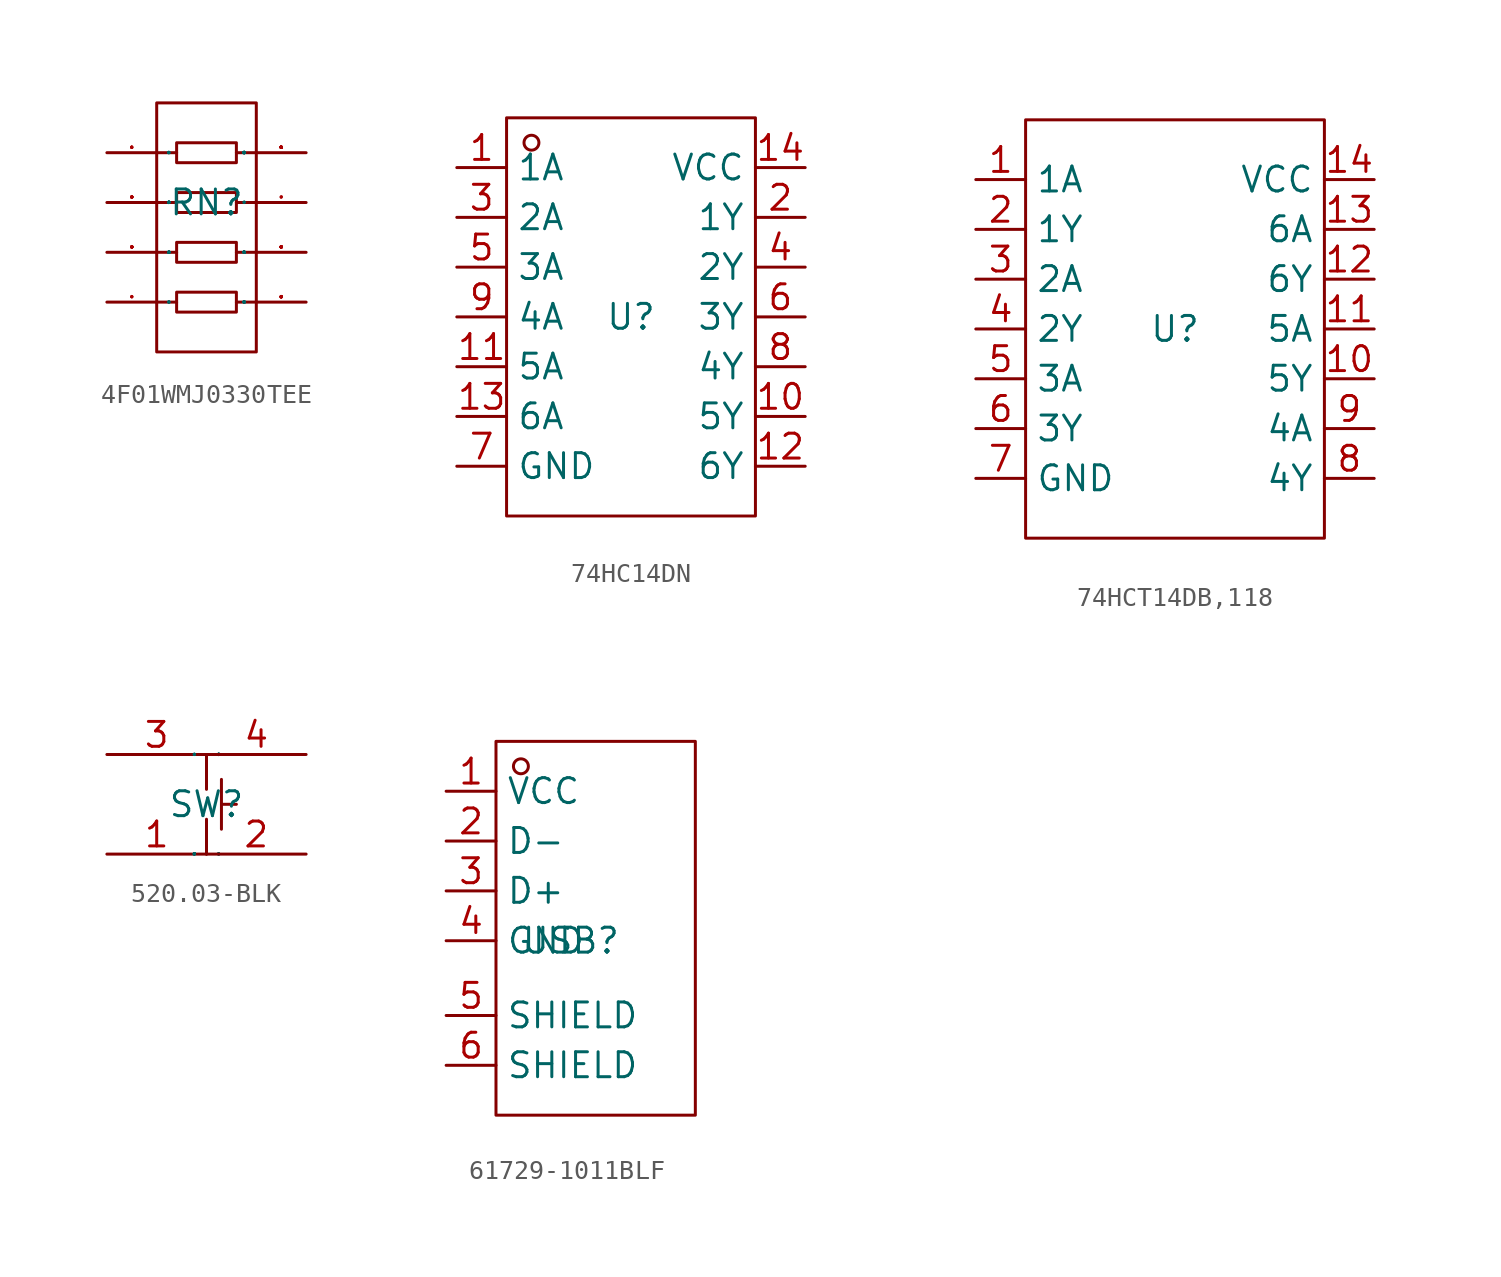
<source format=kicad_sym>
(kicad_symbol_lib
  (version 20241209)
  (generator "kicad_symbol_editor")
  (generator_version "9.0")
  (symbol "4F01WMJ0330TEE"
    (property "Reference" "RN"
      (at 0 0 0)
      (effects (font (size 1.27 1.27))))
    (symbol "4F01WMJ0330TEE_1_0"
      (rectangle (start -2.54 5.08) (end 2.54 -7.62) (stroke (width 0) (type default)) (fill (type none)))
      (polyline (pts (xy -2.54 0) (xy -1.524 0)) (stroke (width 0) (type default)) (fill (type none)))
      (polyline (pts (xy -2.54 -2.54) (xy -1.524 -2.54)) (stroke (width 0) (type default)) (fill (type none)))
      (polyline (pts (xy -2.54 -5.08) (xy -1.524 -5.08)) (stroke (width 0) (type default)) (fill (type none)))
      (rectangle (start -1.524 3.048) (end 1.524 2.032) (stroke (width 0) (type default)) (fill (type none)))
      (polyline (pts (xy -1.524 2.54) (xy -2.54 2.54)) (stroke (width 0) (type default)) (fill (type none)))
      (rectangle (start -1.524 0.508) (end 1.524 -0.508) (stroke (width 0) (type default)) (fill (type none)))
      (rectangle (start -1.524 -2.032) (end 1.524 -3.048) (stroke (width 0) (type default)) (fill (type none)))
      (rectangle (start -1.524 -4.572) (end 1.524 -5.588) (stroke (width 0) (type default)) (fill (type none)))
      (polyline (pts (xy 1.524 2.54) (xy 2.54 2.54)) (stroke (width 0) (type default)) (fill (type none)))
      (polyline (pts (xy 1.524 0) (xy 2.54 0)) (stroke (width 0) (type default)) (fill (type none)))
      (polyline (pts (xy 1.524 -2.54) (xy 2.54 -2.54)) (stroke (width 0) (type default)) (fill (type none)))
      (polyline (pts (xy 1.524 -5.08) (xy 2.54 -5.08)) (stroke (width 0) (type default)) (fill (type none)))
      (pin unspecified line (at -5.08 2.54 0) (length 2.54) (name "1" (effects (font (size 0.025 0.025)))) (number "1" (effects (font (size 0.025 0.025)))))
      (pin unspecified line (at -5.08 0 0) (length 2.54) (name "2" (effects (font (size 0.025 0.025)))) (number "2" (effects (font (size 0.025 0.025)))))
      (pin unspecified line (at -5.08 -2.54 0) (length 2.54) (name "3" (effects (font (size 0.025 0.025)))) (number "3" (effects (font (size 0.025 0.025)))))
      (pin unspecified line (at -5.08 -5.08 0) (length 2.54) (name "4" (effects (font (size 0.025 0.025)))) (number "4" (effects (font (size 0.025 0.025)))))
      (pin unspecified line (at 5.08 2.54 180) (length 2.54) (name "8" (effects (font (size 0.025 0.025)))) (number "8" (effects (font (size 0.025 0.025)))))
      (pin unspecified line (at 5.08 0 180) (length 2.54) (name "7" (effects (font (size 0.025 0.025)))) (number "7" (effects (font (size 0.025 0.025)))))
      (pin unspecified line (at 5.08 -2.54 180) (length 2.54) (name "6" (effects (font (size 0.025 0.025)))) (number "6" (effects (font (size 0.025 0.025)))))
      (pin unspecified line (at 5.08 -5.08 180) (length 2.54) (name "5" (effects (font (size 0.025 0.025)))) (number "5" (effects (font (size 0.025 0.025)))))))
  (symbol "74HC14DN"
    (property "Reference" "U"
      (at 0 0 0)
      (effects (font (size 1.27 1.27))))
    (property "Value" ""
      (at 0 0 0)
      (effects (font (size 1.27 1.27))))
    (symbol "74HC14DN_1_0"
      (rectangle (start -6.35 -10.16) (end 6.35 10.16) (stroke (width 0) (type default)) (fill (type none)))
      (circle (center -5.08 8.89) (radius 0.381) (stroke (width 0) (type default)) (fill (type none)))
      (pin unspecified line (at -8.89 7.62 0) (length 2.54) (name "1A" (effects (font (size 1.27 1.27)))) (number "1" (effects (font (size 1.27 1.27)))))
      (pin unspecified line (at -8.89 5.08 0) (length 2.54) (name "2A" (effects (font (size 1.27 1.27)))) (number "3" (effects (font (size 1.27 1.27)))))
      (pin unspecified line (at -8.89 2.54 0) (length 2.54) (name "3A" (effects (font (size 1.27 1.27)))) (number "5" (effects (font (size 1.27 1.27)))))
      (pin unspecified line (at -8.89 0 0) (length 2.54) (name "4A" (effects (font (size 1.27 1.27)))) (number "9" (effects (font (size 1.27 1.27)))))
      (pin unspecified line (at -8.89 -2.54 0) (length 2.54) (name "5A" (effects (font (size 1.27 1.27)))) (number "11" (effects (font (size 1.27 1.27)))))
      (pin unspecified line (at -8.89 -5.08 0) (length 2.54) (name "6A" (effects (font (size 1.27 1.27)))) (number "13" (effects (font (size 1.27 1.27)))))
      (pin unspecified line (at -8.89 -7.62 0) (length 2.54) (name "GND" (effects (font (size 1.27 1.27)))) (number "7" (effects (font (size 1.27 1.27)))))
      (pin unspecified line (at 8.89 7.62 180) (length 2.54) (name "VCC" (effects (font (size 1.27 1.27)))) (number "14" (effects (font (size 1.27 1.27)))))
      (pin unspecified line (at 8.89 5.08 180) (length 2.54) (name "1Y" (effects (font (size 1.27 1.27)))) (number "2" (effects (font (size 1.27 1.27)))))
      (pin unspecified line (at 8.89 2.54 180) (length 2.54) (name "2Y" (effects (font (size 1.27 1.27)))) (number "4" (effects (font (size 1.27 1.27)))))
      (pin unspecified line (at 8.89 0 180) (length 2.54) (name "3Y" (effects (font (size 1.27 1.27)))) (number "6" (effects (font (size 1.27 1.27)))))
      (pin unspecified line (at 8.89 -2.54 180) (length 2.54) (name "4Y" (effects (font (size 1.27 1.27)))) (number "8" (effects (font (size 1.27 1.27)))))
      (pin unspecified line (at 8.89 -5.08 180) (length 2.54) (name "5Y" (effects (font (size 1.27 1.27)))) (number "10" (effects (font (size 1.27 1.27)))))
      (pin unspecified line (at 8.89 -7.62 180) (length 2.54) (name "6Y" (effects (font (size 1.27 1.27)))) (number "12" (effects (font (size 1.27 1.27)))))))
  (symbol "74HCT14DB,118"
    (property "Reference" "U"
      (at 0 0 0)
      (effects (font (size 1.27 1.27))))
    (property "Value" ""
      (at 0 0 0)
      (effects (font (size 1.27 1.27))))
    (symbol "74HCT14DB,118_1_0"
      (rectangle (start -7.62 10.668) (end 7.62 -10.668) (stroke (width 0) (type default)) (fill (type none)))
      (pin unspecified line (at -10.16 7.62 0) (length 2.54) (name "1A" (effects (font (size 1.27 1.27)))) (number "1" (effects (font (size 1.27 1.27)))))
      (pin unspecified line (at -10.16 5.08 0) (length 2.54) (name "1Y" (effects (font (size 1.27 1.27)))) (number "2" (effects (font (size 1.27 1.27)))))
      (pin unspecified line (at -10.16 2.54 0) (length 2.54) (name "2A" (effects (font (size 1.27 1.27)))) (number "3" (effects (font (size 1.27 1.27)))))
      (pin unspecified line (at -10.16 0 0) (length 2.54) (name "2Y" (effects (font (size 1.27 1.27)))) (number "4" (effects (font (size 1.27 1.27)))))
      (pin unspecified line (at -10.16 -2.54 0) (length 2.54) (name "3A" (effects (font (size 1.27 1.27)))) (number "5" (effects (font (size 1.27 1.27)))))
      (pin unspecified line (at -10.16 -5.08 0) (length 2.54) (name "3Y" (effects (font (size 1.27 1.27)))) (number "6" (effects (font (size 1.27 1.27)))))
      (pin unspecified line (at -10.16 -7.62 0) (length 2.54) (name "GND" (effects (font (size 1.27 1.27)))) (number "7" (effects (font (size 1.27 1.27)))))
      (pin unspecified line (at 10.16 7.62 180) (length 2.54) (name "VCC" (effects (font (size 1.27 1.27)))) (number "14" (effects (font (size 1.27 1.27)))))
      (pin unspecified line (at 10.16 5.08 180) (length 2.54) (name "6A" (effects (font (size 1.27 1.27)))) (number "13" (effects (font (size 1.27 1.27)))))
      (pin unspecified line (at 10.16 2.54 180) (length 2.54) (name "6Y" (effects (font (size 1.27 1.27)))) (number "12" (effects (font (size 1.27 1.27)))))
      (pin unspecified line (at 10.16 0 180) (length 2.54) (name "5A" (effects (font (size 1.27 1.27)))) (number "11" (effects (font (size 1.27 1.27)))))
      (pin unspecified line (at 10.16 -2.54 180) (length 2.54) (name "5Y" (effects (font (size 1.27 1.27)))) (number "10" (effects (font (size 1.27 1.27)))))
      (pin unspecified line (at 10.16 -5.08 180) (length 2.54) (name "4A" (effects (font (size 1.27 1.27)))) (number "9" (effects (font (size 1.27 1.27)))))
      (pin unspecified line (at 10.16 -7.62 180) (length 2.54) (name "4Y" (effects (font (size 1.27 1.27)))) (number "8" (effects (font (size 1.27 1.27)))))))
  (symbol "520.03-BLK"
    (property "Reference" "SW"
      (at 0 0 0)
      (effects (font (size 1.27 1.27))))
    (property "Value" ""
      (at 0 0 0)
      (effects (font (size 1.27 1.27))))
    (symbol "520.03-BLK_1_0"
      (polyline (pts (xy 0 2.54) (xy 0 0.762)) (stroke (width 0) (type default)) (fill (type none)))
      (polyline (pts (xy 0 -2.54) (xy 0 -0.762)) (stroke (width 0) (type default)) (fill (type none)))
      (polyline (pts (xy 0.762 1.27) (xy 0.762 -1.27)) (stroke (width 0) (type default)) (fill (type none)))
      (polyline (pts (xy 0.762 0) (xy 1.524 0)) (stroke (width 0) (type default)) (fill (type none)))
      (pin unspecified line (at -5.08 2.54 0) (length 5.08) (name "3" (effects (font (size 0.025 0.025)))) (number "3" (effects (font (size 1.27 1.27)))))
      (pin unspecified line (at -5.08 -2.54 0) (length 5.08) (name "1" (effects (font (size 0.025 0.025)))) (number "1" (effects (font (size 1.27 1.27)))))
      (pin unspecified line (at 5.08 2.54 180) (length 5.08) (name "4" (effects (font (size 0.025 0.025)))) (number "4" (effects (font (size 1.27 1.27)))))
      (pin unspecified line (at 5.08 -2.54 180) (length 5.08) (name "2" (effects (font (size 0.025 0.025)))) (number "2" (effects (font (size 1.27 1.27)))))))
  (symbol "61729-1011BLF"
    (property "Reference" "USB"
      (at 0 0 0)
      (effects (font (size 1.27 1.27))))
    (property "Value" ""
      (at 0 0 0)
      (effects (font (size 1.27 1.27))))
    (symbol "61729-1011BLF_1_0"
      (rectangle (start -3.81 -8.89) (end 6.35 10.16) (stroke (width 0) (type default)) (fill (type none)))
      (circle (center -2.54 8.89) (radius 0.381) (stroke (width 0) (type default)) (fill (type none)))
      (pin unspecified line (at -6.35 7.62 0) (length 2.54) (name "VCC" (effects (font (size 1.27 1.27)))) (number "1" (effects (font (size 1.27 1.27)))))
      (pin unspecified line (at -6.35 5.08 0) (length 2.54) (name "D-" (effects (font (size 1.27 1.27)))) (number "2" (effects (font (size 1.27 1.27)))))
      (pin unspecified line (at -6.35 2.54 0) (length 2.54) (name "D+" (effects (font (size 1.27 1.27)))) (number "3" (effects (font (size 1.27 1.27)))))
      (pin unspecified line (at -6.35 0 0) (length 2.54) (name "GND" (effects (font (size 1.27 1.27)))) (number "4" (effects (font (size 1.27 1.27)))))
      (pin unspecified line (at -6.35 -3.81 0) (length 2.54) (name "SHIELD" (effects (font (size 1.27 1.27)))) (number "5" (effects (font (size 1.27 1.27)))))
      (pin unspecified line (at -6.35 -6.35 0) (length 2.54) (name "SHIELD" (effects (font (size 1.27 1.27)))) (number "6" (effects (font (size 1.27 1.27))))))))
</source>
